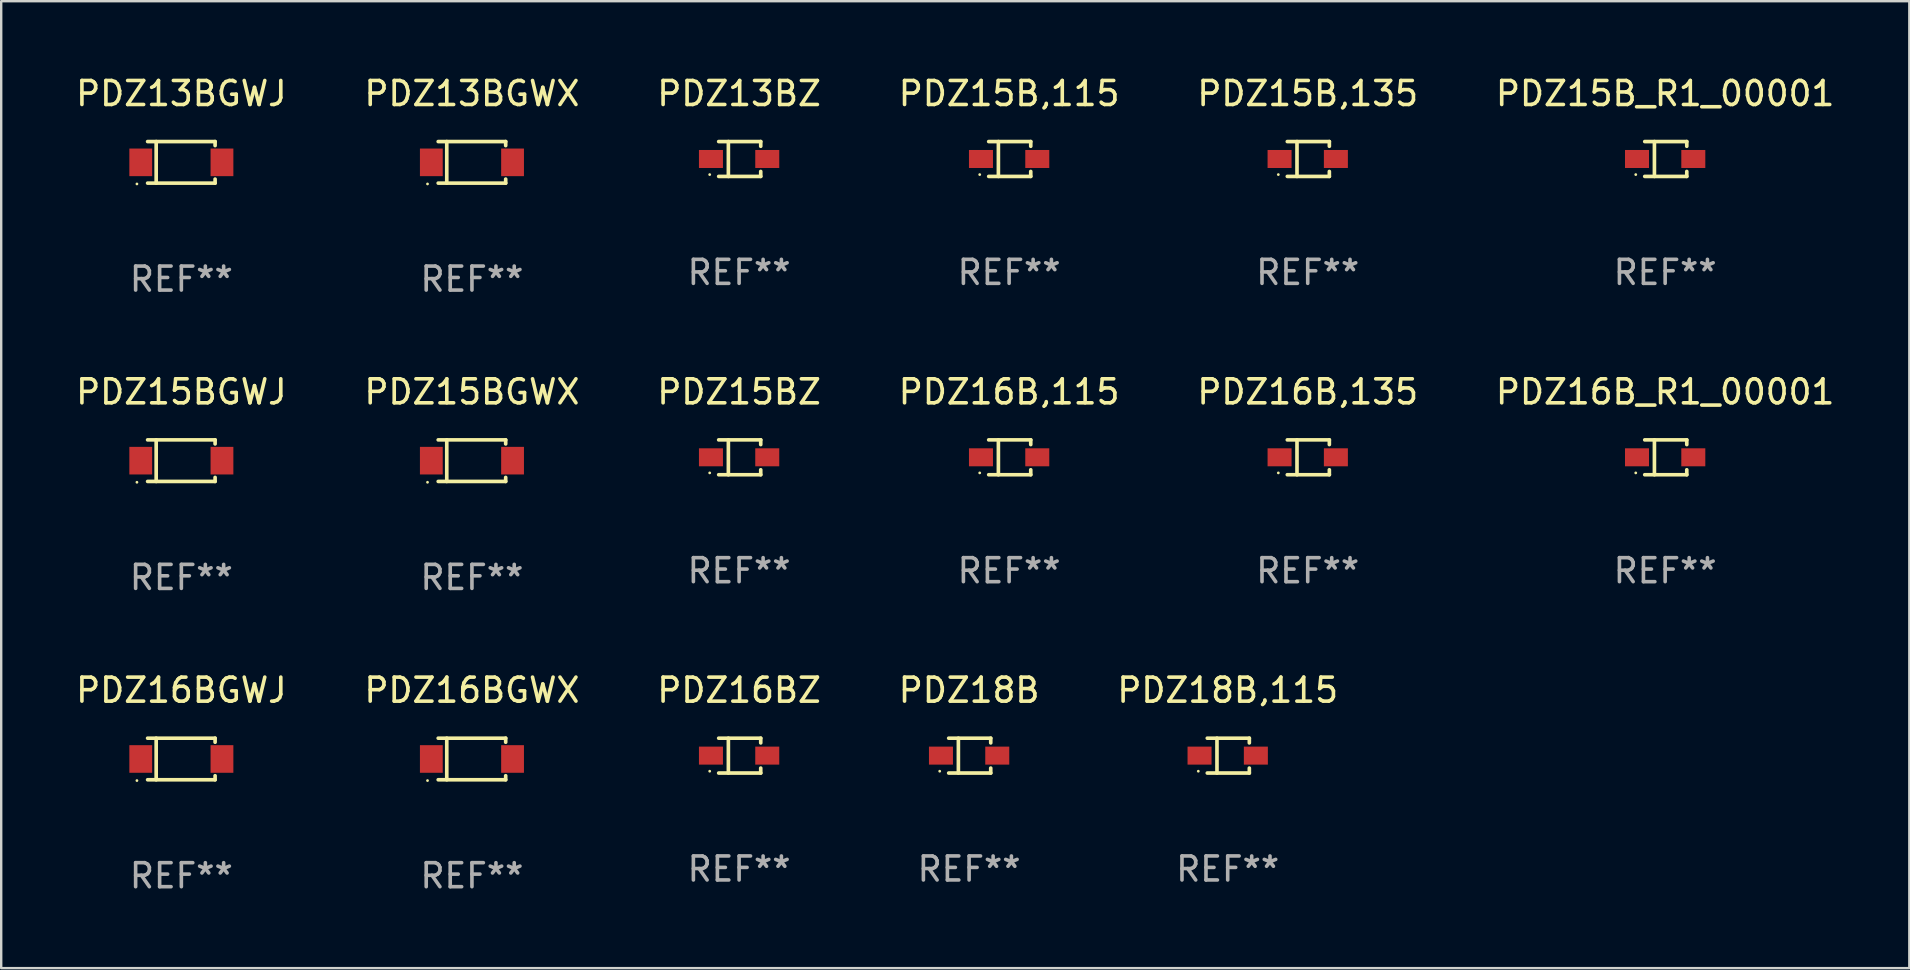
<source format=kicad_pcb>
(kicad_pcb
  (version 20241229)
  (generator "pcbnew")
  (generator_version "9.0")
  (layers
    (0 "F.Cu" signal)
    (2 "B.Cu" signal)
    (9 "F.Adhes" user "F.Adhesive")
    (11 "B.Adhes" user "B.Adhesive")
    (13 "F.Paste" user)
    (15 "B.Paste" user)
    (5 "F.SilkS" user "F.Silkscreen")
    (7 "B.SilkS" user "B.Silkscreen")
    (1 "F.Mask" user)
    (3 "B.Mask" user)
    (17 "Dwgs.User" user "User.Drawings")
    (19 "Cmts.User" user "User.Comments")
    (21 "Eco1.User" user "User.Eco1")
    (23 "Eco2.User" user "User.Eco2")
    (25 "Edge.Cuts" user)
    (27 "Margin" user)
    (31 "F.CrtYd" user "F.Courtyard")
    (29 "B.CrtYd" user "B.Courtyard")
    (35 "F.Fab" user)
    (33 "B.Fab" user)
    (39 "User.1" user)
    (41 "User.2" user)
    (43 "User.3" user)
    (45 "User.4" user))
  (footprint "PDZ15BGWX"
    (layer "F.Cu")
    (at 16.613 16.143)
    (property "Reference" "PDZ15BGWX" (at 0 -2.866 0) (layer "F.SilkS") (effects (font (size 1 1) (thickness 0.15))))
    (attr through_hole)
    (fp_line (start -1.406 -0.866) (end 1.406 -0.866) (stroke (width 0.152) (type solid)) (layer "F.SilkS"))
    (fp_line (start -1.406 0.866) (end 1.406 0.866) (stroke (width 0.152) (type solid)) (layer "F.SilkS"))
    (fp_line (start -1.049 -0.866) (end -1.049 0.866) (stroke (width 0.152) (type solid)) (layer "F.SilkS"))
    (fp_line (start 1.406 -0.866) (end 1.406 -0.698) (stroke (width 0.152) (type solid)) (layer "F.SilkS"))
    (fp_line (start 1.406 0.866) (end 1.406 0.698) (stroke (width 0.152) (type solid)) (layer "F.SilkS"))
    (fp_circle (center -1.851 0.9) (end -1.821 0.9) (stroke (width 0.06) (type solid)) (fill no) (layer "F.SilkS"))
    (fp_text user "REF**" (at 0 4.866 0) (layer "F.Fab") (effects (font (size 1 1) (thickness 0.15))))
    (pad "1" smd rect (at -1.692 0) (size 0.95 1.15) (layers "F.Cu" "F.Mask" "F.Paste"))
    (pad "2" smd rect (at 1.692 0) (size 0.95 1.15) (layers "F.Cu" "F.Mask" "F.Paste")))
  (footprint "PDZ18B,115"
    (layer "F.Cu")
    (at 48.101 28.432)
    (property "Reference" "PDZ18B,115" (at 0 -2.726 0) (layer "F.SilkS") (effects (font (size 1 1) (thickness 0.15))))
    (attr through_hole)
    (fp_line (start -0.851 -0.726) (end 0.901 -0.726) (stroke (width 0.152) (type solid)) (layer "F.SilkS"))
    (fp_line (start -0.851 0.726) (end 0.901 0.726) (stroke (width 0.152) (type solid)) (layer "F.SilkS"))
    (fp_line (start -0.447 -0.726) (end -0.447 0.726) (stroke (width 0.152) (type solid)) (layer "F.SilkS"))
    (fp_line (start 0.901 -0.726) (end 0.901 -0.53) (stroke (width 0.152) (type solid)) (layer "F.SilkS"))
    (fp_line (start 0.901 0.726) (end 0.901 0.52) (stroke (width 0.152) (type solid)) (layer "F.SilkS"))
    (fp_circle (center -1.225 0.65) (end -1.195 0.65) (stroke (width 0.06) (type solid)) (fill no) (layer "F.SilkS"))
    (fp_text user "REF**" (at 0 4.726 0) (layer "F.Fab") (effects (font (size 1 1) (thickness 0.15))))
    (pad "1" smd rect (at -1.173 0) (size 1 0.75) (layers "F.Cu" "F.Mask" "F.Paste"))
    (pad "2" smd rect (at 1.173 0) (size 1 0.75) (layers "F.Cu" "F.Mask" "F.Paste")))
  (footprint "PDZ16B,135"
    (layer "F.Cu")
    (at 51.435 16.003)
    (property "Reference" "PDZ16B,135" (at 0 -2.726 0) (layer "F.SilkS") (effects (font (size 1 1) (thickness 0.15))))
    (attr through_hole)
    (fp_line (start -0.851 -0.726) (end 0.901 -0.726) (stroke (width 0.152) (type solid)) (layer "F.SilkS"))
    (fp_line (start -0.851 0.726) (end 0.901 0.726) (stroke (width 0.152) (type solid)) (layer "F.SilkS"))
    (fp_line (start -0.447 -0.726) (end -0.447 0.726) (stroke (width 0.152) (type solid)) (layer "F.SilkS"))
    (fp_line (start 0.901 -0.726) (end 0.901 -0.53) (stroke (width 0.152) (type solid)) (layer "F.SilkS"))
    (fp_line (start 0.901 0.726) (end 0.901 0.52) (stroke (width 0.152) (type solid)) (layer "F.SilkS"))
    (fp_circle (center -1.225 0.65) (end -1.195 0.65) (stroke (width 0.06) (type solid)) (fill no) (layer "F.SilkS"))
    (fp_text user "REF**" (at 0 4.726 0) (layer "F.Fab") (effects (font (size 1 1) (thickness 0.15))))
    (pad "1" smd rect (at -1.173 0) (size 1 0.75) (layers "F.Cu" "F.Mask" "F.Paste"))
    (pad "2" smd rect (at 1.173 0) (size 1 0.75) (layers "F.Cu" "F.Mask" "F.Paste")))
  (footprint "PDZ15BGWJ"
    (layer "F.Cu")
    (at 4.506 16.143)
    (property "Reference" "PDZ15BGWJ" (at 0 -2.866 0) (layer "F.SilkS") (effects (font (size 1 1) (thickness 0.15))))
    (attr through_hole)
    (fp_line (start -1.406 -0.866) (end 1.406 -0.866) (stroke (width 0.152) (type solid)) (layer "F.SilkS"))
    (fp_line (start -1.406 0.866) (end 1.406 0.866) (stroke (width 0.152) (type solid)) (layer "F.SilkS"))
    (fp_line (start -1.049 -0.866) (end -1.049 0.866) (stroke (width 0.152) (type solid)) (layer "F.SilkS"))
    (fp_line (start 1.406 -0.866) (end 1.406 -0.698) (stroke (width 0.152) (type solid)) (layer "F.SilkS"))
    (fp_line (start 1.406 0.866) (end 1.406 0.698) (stroke (width 0.152) (type solid)) (layer "F.SilkS"))
    (fp_circle (center -1.851 0.9) (end -1.821 0.9) (stroke (width 0.06) (type solid)) (fill no) (layer "F.SilkS"))
    (fp_text user "REF**" (at 0 4.866 0) (layer "F.Fab") (effects (font (size 1 1) (thickness 0.15))))
    (pad "1" smd rect (at -1.692 0) (size 0.95 1.15) (layers "F.Cu" "F.Mask" "F.Paste"))
    (pad "2" smd rect (at 1.692 0) (size 0.95 1.15) (layers "F.Cu" "F.Mask" "F.Paste")))
  (footprint "PDZ13BGWX"
    (layer "F.Cu")
    (at 16.613 3.714)
    (property "Reference" "PDZ13BGWX" (at 0 -2.866 0) (layer "F.SilkS") (effects (font (size 1 1) (thickness 0.15))))
    (attr through_hole)
    (fp_line (start -1.406 -0.866) (end 1.406 -0.866) (stroke (width 0.152) (type solid)) (layer "F.SilkS"))
    (fp_line (start -1.406 0.866) (end 1.406 0.866) (stroke (width 0.152) (type solid)) (layer "F.SilkS"))
    (fp_line (start -1.049 -0.866) (end -1.049 0.866) (stroke (width 0.152) (type solid)) (layer "F.SilkS"))
    (fp_line (start 1.406 -0.866) (end 1.406 -0.698) (stroke (width 0.152) (type solid)) (layer "F.SilkS"))
    (fp_line (start 1.406 0.866) (end 1.406 0.698) (stroke (width 0.152) (type solid)) (layer "F.SilkS"))
    (fp_circle (center -1.851 0.9) (end -1.821 0.9) (stroke (width 0.06) (type solid)) (fill no) (layer "F.SilkS"))
    (fp_text user "REF**" (at 0 4.866 0) (layer "F.Fab") (effects (font (size 1 1) (thickness 0.15))))
    (pad "1" smd rect (at -1.692 0) (size 0.95 1.15) (layers "F.Cu" "F.Mask" "F.Paste"))
    (pad "2" smd rect (at 1.692 0) (size 0.95 1.15) (layers "F.Cu" "F.Mask" "F.Paste")))
  (footprint "PDZ16B_R1_00001"
    (layer "F.Cu")
    (at 66.327 16.003)
    (property "Reference" "PDZ16B_R1_00001" (at 0 -2.726 0) (layer "F.SilkS") (effects (font (size 1 1) (thickness 0.15))))
    (attr through_hole)
    (fp_line (start -0.851 -0.726) (end 0.901 -0.726) (stroke (width 0.152) (type solid)) (layer "F.SilkS"))
    (fp_line (start -0.851 0.726) (end 0.901 0.726) (stroke (width 0.152) (type solid)) (layer "F.SilkS"))
    (fp_line (start -0.447 -0.726) (end -0.447 0.726) (stroke (width 0.152) (type solid)) (layer "F.SilkS"))
    (fp_line (start 0.901 -0.726) (end 0.901 -0.53) (stroke (width 0.152) (type solid)) (layer "F.SilkS"))
    (fp_line (start 0.901 0.726) (end 0.901 0.52) (stroke (width 0.152) (type solid)) (layer "F.SilkS"))
    (fp_circle (center -1.225 0.65) (end -1.195 0.65) (stroke (width 0.06) (type solid)) (fill no) (layer "F.SilkS"))
    (fp_text user "REF**" (at 0 4.726 0) (layer "F.Fab") (effects (font (size 1 1) (thickness 0.15))))
    (pad "1" smd rect (at -1.173 0) (size 1 0.75) (layers "F.Cu" "F.Mask" "F.Paste"))
    (pad "2" smd rect (at 1.173 0) (size 1 0.75) (layers "F.Cu" "F.Mask" "F.Paste")))
  (footprint "PDZ18B"
    (layer "F.Cu")
    (at 37.327 28.432)
    (property "Reference" "PDZ18B" (at 0 -2.726 0) (layer "F.SilkS") (effects (font (size 1 1) (thickness 0.15))))
    (attr through_hole)
    (fp_line (start -0.851 -0.726) (end 0.901 -0.726) (stroke (width 0.152) (type solid)) (layer "F.SilkS"))
    (fp_line (start -0.851 0.726) (end 0.901 0.726) (stroke (width 0.152) (type solid)) (layer "F.SilkS"))
    (fp_line (start -0.447 -0.726) (end -0.447 0.726) (stroke (width 0.152) (type solid)) (layer "F.SilkS"))
    (fp_line (start 0.901 -0.726) (end 0.901 -0.53) (stroke (width 0.152) (type solid)) (layer "F.SilkS"))
    (fp_line (start 0.901 0.726) (end 0.901 0.52) (stroke (width 0.152) (type solid)) (layer "F.SilkS"))
    (fp_circle (center -1.225 0.65) (end -1.195 0.65) (stroke (width 0.06) (type solid)) (fill no) (layer "F.SilkS"))
    (fp_text user "REF**" (at 0 4.726 0) (layer "F.Fab") (effects (font (size 1 1) (thickness 0.15))))
    (pad "1" smd rect (at -1.173 0) (size 1 0.75) (layers "F.Cu" "F.Mask" "F.Paste"))
    (pad "2" smd rect (at 1.173 0) (size 1 0.75) (layers "F.Cu" "F.Mask" "F.Paste")))
  (footprint "PDZ16BGWJ"
    (layer "F.Cu")
    (at 4.506 28.572)
    (property "Reference" "PDZ16BGWJ" (at 0 -2.866 0) (layer "F.SilkS") (effects (font (size 1 1) (thickness 0.15))))
    (attr through_hole)
    (fp_line (start -1.406 -0.866) (end 1.406 -0.866) (stroke (width 0.152) (type solid)) (layer "F.SilkS"))
    (fp_line (start -1.406 0.866) (end 1.406 0.866) (stroke (width 0.152) (type solid)) (layer "F.SilkS"))
    (fp_line (start -1.049 -0.866) (end -1.049 0.866) (stroke (width 0.152) (type solid)) (layer "F.SilkS"))
    (fp_line (start 1.406 -0.866) (end 1.406 -0.698) (stroke (width 0.152) (type solid)) (layer "F.SilkS"))
    (fp_line (start 1.406 0.866) (end 1.406 0.698) (stroke (width 0.152) (type solid)) (layer "F.SilkS"))
    (fp_circle (center -1.851 0.9) (end -1.821 0.9) (stroke (width 0.06) (type solid)) (fill no) (layer "F.SilkS"))
    (fp_text user "REF**" (at 0 4.866 0) (layer "F.Fab") (effects (font (size 1 1) (thickness 0.15))))
    (pad "1" smd rect (at -1.692 0) (size 0.95 1.15) (layers "F.Cu" "F.Mask" "F.Paste"))
    (pad "2" smd rect (at 1.692 0) (size 0.95 1.15) (layers "F.Cu" "F.Mask" "F.Paste")))
  (footprint "PDZ15BZ"
    (layer "F.Cu")
    (at 27.744 16.003)
    (property "Reference" "PDZ15BZ" (at 0 -2.726 0) (layer "F.SilkS") (effects (font (size 1 1) (thickness 0.15))))
    (attr through_hole)
    (fp_line (start -0.851 -0.726) (end 0.901 -0.726) (stroke (width 0.152) (type solid)) (layer "F.SilkS"))
    (fp_line (start -0.851 0.726) (end 0.901 0.726) (stroke (width 0.152) (type solid)) (layer "F.SilkS"))
    (fp_line (start -0.447 -0.726) (end -0.447 0.726) (stroke (width 0.152) (type solid)) (layer "F.SilkS"))
    (fp_line (start 0.901 -0.726) (end 0.901 -0.53) (stroke (width 0.152) (type solid)) (layer "F.SilkS"))
    (fp_line (start 0.901 0.726) (end 0.901 0.52) (stroke (width 0.152) (type solid)) (layer "F.SilkS"))
    (fp_circle (center -1.225 0.65) (end -1.195 0.65) (stroke (width 0.06) (type solid)) (fill no) (layer "F.SilkS"))
    (fp_text user "REF**" (at 0 4.726 0) (layer "F.Fab") (effects (font (size 1 1) (thickness 0.15))))
    (pad "1" smd rect (at -1.173 0) (size 1 0.75) (layers "F.Cu" "F.Mask" "F.Paste"))
    (pad "2" smd rect (at 1.173 0) (size 1 0.75) (layers "F.Cu" "F.Mask" "F.Paste")))
  (footprint "PDZ13BZ"
    (layer "F.Cu")
    (at 27.744 3.574)
    (property "Reference" "PDZ13BZ" (at 0 -2.726 0) (layer "F.SilkS") (effects (font (size 1 1) (thickness 0.15))))
    (attr through_hole)
    (fp_line (start -0.851 -0.726) (end 0.901 -0.726) (stroke (width 0.152) (type solid)) (layer "F.SilkS"))
    (fp_line (start -0.851 0.726) (end 0.901 0.726) (stroke (width 0.152) (type solid)) (layer "F.SilkS"))
    (fp_line (start -0.447 -0.726) (end -0.447 0.726) (stroke (width 0.152) (type solid)) (layer "F.SilkS"))
    (fp_line (start 0.901 -0.726) (end 0.901 -0.53) (stroke (width 0.152) (type solid)) (layer "F.SilkS"))
    (fp_line (start 0.901 0.726) (end 0.901 0.52) (stroke (width 0.152) (type solid)) (layer "F.SilkS"))
    (fp_circle (center -1.225 0.65) (end -1.195 0.65) (stroke (width 0.06) (type solid)) (fill no) (layer "F.SilkS"))
    (fp_text user "REF**" (at 0 4.726 0) (layer "F.Fab") (effects (font (size 1 1) (thickness 0.15))))
    (pad "1" smd rect (at -1.173 0) (size 1 0.75) (layers "F.Cu" "F.Mask" "F.Paste"))
    (pad "2" smd rect (at 1.173 0) (size 1 0.75) (layers "F.Cu" "F.Mask" "F.Paste")))
  (footprint "PDZ15B,115"
    (layer "F.Cu")
    (at 38.994 3.574)
    (property "Reference" "PDZ15B,115" (at 0 -2.726 0) (layer "F.SilkS") (effects (font (size 1 1) (thickness 0.15))))
    (attr through_hole)
    (fp_line (start -0.851 -0.726) (end 0.901 -0.726) (stroke (width 0.152) (type solid)) (layer "F.SilkS"))
    (fp_line (start -0.851 0.726) (end 0.901 0.726) (stroke (width 0.152) (type solid)) (layer "F.SilkS"))
    (fp_line (start -0.447 -0.726) (end -0.447 0.726) (stroke (width 0.152) (type solid)) (layer "F.SilkS"))
    (fp_line (start 0.901 -0.726) (end 0.901 -0.53) (stroke (width 0.152) (type solid)) (layer "F.SilkS"))
    (fp_line (start 0.901 0.726) (end 0.901 0.52) (stroke (width 0.152) (type solid)) (layer "F.SilkS"))
    (fp_circle (center -1.225 0.65) (end -1.195 0.65) (stroke (width 0.06) (type solid)) (fill no) (layer "F.SilkS"))
    (fp_text user "REF**" (at 0 4.726 0) (layer "F.Fab") (effects (font (size 1 1) (thickness 0.15))))
    (pad "1" smd rect (at -1.173 0) (size 1 0.75) (layers "F.Cu" "F.Mask" "F.Paste"))
    (pad "2" smd rect (at 1.173 0) (size 1 0.75) (layers "F.Cu" "F.Mask" "F.Paste")))
  (footprint "PDZ15B,135"
    (layer "F.Cu")
    (at 51.435 3.574)
    (property "Reference" "PDZ15B,135" (at 0 -2.726 0) (layer "F.SilkS") (effects (font (size 1 1) (thickness 0.15))))
    (attr through_hole)
    (fp_line (start -0.851 -0.726) (end 0.901 -0.726) (stroke (width 0.152) (type solid)) (layer "F.SilkS"))
    (fp_line (start -0.851 0.726) (end 0.901 0.726) (stroke (width 0.152) (type solid)) (layer "F.SilkS"))
    (fp_line (start -0.447 -0.726) (end -0.447 0.726) (stroke (width 0.152) (type solid)) (layer "F.SilkS"))
    (fp_line (start 0.901 -0.726) (end 0.901 -0.53) (stroke (width 0.152) (type solid)) (layer "F.SilkS"))
    (fp_line (start 0.901 0.726) (end 0.901 0.52) (stroke (width 0.152) (type solid)) (layer "F.SilkS"))
    (fp_circle (center -1.225 0.65) (end -1.195 0.65) (stroke (width 0.06) (type solid)) (fill no) (layer "F.SilkS"))
    (fp_text user "REF**" (at 0 4.726 0) (layer "F.Fab") (effects (font (size 1 1) (thickness 0.15))))
    (pad "1" smd rect (at -1.173 0) (size 1 0.75) (layers "F.Cu" "F.Mask" "F.Paste"))
    (pad "2" smd rect (at 1.173 0) (size 1 0.75) (layers "F.Cu" "F.Mask" "F.Paste")))
  (footprint "PDZ16BZ"
    (layer "F.Cu")
    (at 27.744 28.432)
    (property "Reference" "PDZ16BZ" (at 0 -2.726 0) (layer "F.SilkS") (effects (font (size 1 1) (thickness 0.15))))
    (attr through_hole)
    (fp_line (start -0.851 -0.726) (end 0.901 -0.726) (stroke (width 0.152) (type solid)) (layer "F.SilkS"))
    (fp_line (start -0.851 0.726) (end 0.901 0.726) (stroke (width 0.152) (type solid)) (layer "F.SilkS"))
    (fp_line (start -0.447 -0.726) (end -0.447 0.726) (stroke (width 0.152) (type solid)) (layer "F.SilkS"))
    (fp_line (start 0.901 -0.726) (end 0.901 -0.53) (stroke (width 0.152) (type solid)) (layer "F.SilkS"))
    (fp_line (start 0.901 0.726) (end 0.901 0.52) (stroke (width 0.152) (type solid)) (layer "F.SilkS"))
    (fp_circle (center -1.225 0.65) (end -1.195 0.65) (stroke (width 0.06) (type solid)) (fill no) (layer "F.SilkS"))
    (fp_text user "REF**" (at 0 4.726 0) (layer "F.Fab") (effects (font (size 1 1) (thickness 0.15))))
    (pad "1" smd rect (at -1.173 0) (size 1 0.75) (layers "F.Cu" "F.Mask" "F.Paste"))
    (pad "2" smd rect (at 1.173 0) (size 1 0.75) (layers "F.Cu" "F.Mask" "F.Paste")))
  (footprint "PDZ13BGWJ"
    (layer "F.Cu")
    (at 4.506 3.714)
    (property "Reference" "PDZ13BGWJ" (at 0 -2.866 0) (layer "F.SilkS") (effects (font (size 1 1) (thickness 0.15))))
    (attr through_hole)
    (fp_line (start -1.406 -0.866) (end 1.406 -0.866) (stroke (width 0.152) (type solid)) (layer "F.SilkS"))
    (fp_line (start -1.406 0.866) (end 1.406 0.866) (stroke (width 0.152) (type solid)) (layer "F.SilkS"))
    (fp_line (start -1.049 -0.866) (end -1.049 0.866) (stroke (width 0.152) (type solid)) (layer "F.SilkS"))
    (fp_line (start 1.406 -0.866) (end 1.406 -0.698) (stroke (width 0.152) (type solid)) (layer "F.SilkS"))
    (fp_line (start 1.406 0.866) (end 1.406 0.698) (stroke (width 0.152) (type solid)) (layer "F.SilkS"))
    (fp_circle (center -1.851 0.9) (end -1.821 0.9) (stroke (width 0.06) (type solid)) (fill no) (layer "F.SilkS"))
    (fp_text user "REF**" (at 0 4.866 0) (layer "F.Fab") (effects (font (size 1 1) (thickness 0.15))))
    (pad "1" smd rect (at -1.692 0) (size 0.95 1.15) (layers "F.Cu" "F.Mask" "F.Paste"))
    (pad "2" smd rect (at 1.692 0) (size 0.95 1.15) (layers "F.Cu" "F.Mask" "F.Paste")))
  (footprint "PDZ16BGWX"
    (layer "F.Cu")
    (at 16.613 28.572)
    (property "Reference" "PDZ16BGWX" (at 0 -2.866 0) (layer "F.SilkS") (effects (font (size 1 1) (thickness 0.15))))
    (attr through_hole)
    (fp_line (start -1.406 -0.866) (end 1.406 -0.866) (stroke (width 0.152) (type solid)) (layer "F.SilkS"))
    (fp_line (start -1.406 0.866) (end 1.406 0.866) (stroke (width 0.152) (type solid)) (layer "F.SilkS"))
    (fp_line (start -1.049 -0.866) (end -1.049 0.866) (stroke (width 0.152) (type solid)) (layer "F.SilkS"))
    (fp_line (start 1.406 -0.866) (end 1.406 -0.698) (stroke (width 0.152) (type solid)) (layer "F.SilkS"))
    (fp_line (start 1.406 0.866) (end 1.406 0.698) (stroke (width 0.152) (type solid)) (layer "F.SilkS"))
    (fp_circle (center -1.851 0.9) (end -1.821 0.9) (stroke (width 0.06) (type solid)) (fill no) (layer "F.SilkS"))
    (fp_text user "REF**" (at 0 4.866 0) (layer "F.Fab") (effects (font (size 1 1) (thickness 0.15))))
    (pad "1" smd rect (at -1.692 0) (size 0.95 1.15) (layers "F.Cu" "F.Mask" "F.Paste"))
    (pad "2" smd rect (at 1.692 0) (size 0.95 1.15) (layers "F.Cu" "F.Mask" "F.Paste")))
  (footprint "PDZ15B_R1_00001"
    (layer "F.Cu")
    (at 66.327 3.574)
    (property "Reference" "PDZ15B_R1_00001" (at 0 -2.726 0) (layer "F.SilkS") (effects (font (size 1 1) (thickness 0.15))))
    (attr through_hole)
    (fp_line (start -0.851 -0.726) (end 0.901 -0.726) (stroke (width 0.152) (type solid)) (layer "F.SilkS"))
    (fp_line (start -0.851 0.726) (end 0.901 0.726) (stroke (width 0.152) (type solid)) (layer "F.SilkS"))
    (fp_line (start -0.447 -0.726) (end -0.447 0.726) (stroke (width 0.152) (type solid)) (layer "F.SilkS"))
    (fp_line (start 0.901 -0.726) (end 0.901 -0.53) (stroke (width 0.152) (type solid)) (layer "F.SilkS"))
    (fp_line (start 0.901 0.726) (end 0.901 0.52) (stroke (width 0.152) (type solid)) (layer "F.SilkS"))
    (fp_circle (center -1.225 0.65) (end -1.195 0.65) (stroke (width 0.06) (type solid)) (fill no) (layer "F.SilkS"))
    (fp_text user "REF**" (at 0 4.726 0) (layer "F.Fab") (effects (font (size 1 1) (thickness 0.15))))
    (pad "1" smd rect (at -1.173 0) (size 1 0.75) (layers "F.Cu" "F.Mask" "F.Paste"))
    (pad "2" smd rect (at 1.173 0) (size 1 0.75) (layers "F.Cu" "F.Mask" "F.Paste")))
  (footprint "PDZ16B,115"
    (layer "F.Cu")
    (at 38.994 16.003)
    (property "Reference" "PDZ16B,115" (at 0 -2.726 0) (layer "F.SilkS") (effects (font (size 1 1) (thickness 0.15))))
    (attr through_hole)
    (fp_line (start -0.851 -0.726) (end 0.901 -0.726) (stroke (width 0.152) (type solid)) (layer "F.SilkS"))
    (fp_line (start -0.851 0.726) (end 0.901 0.726) (stroke (width 0.152) (type solid)) (layer "F.SilkS"))
    (fp_line (start -0.447 -0.726) (end -0.447 0.726) (stroke (width 0.152) (type solid)) (layer "F.SilkS"))
    (fp_line (start 0.901 -0.726) (end 0.901 -0.53) (stroke (width 0.152) (type solid)) (layer "F.SilkS"))
    (fp_line (start 0.901 0.726) (end 0.901 0.52) (stroke (width 0.152) (type solid)) (layer "F.SilkS"))
    (fp_circle (center -1.225 0.65) (end -1.195 0.65) (stroke (width 0.06) (type solid)) (fill no) (layer "F.SilkS"))
    (fp_text user "REF**" (at 0 4.726 0) (layer "F.Fab") (effects (font (size 1 1) (thickness 0.15))))
    (pad "1" smd rect (at -1.173 0) (size 1 0.75) (layers "F.Cu" "F.Mask" "F.Paste"))
    (pad "2" smd rect (at 1.173 0) (size 1 0.75) (layers "F.Cu" "F.Mask" "F.Paste")))
  (gr_rect
    (start -3 -3)
    (end 76.5 37.287)
    (stroke (width 0.1) (type default))
    (fill no)
    (layer "Edge.Cuts")))
</source>
